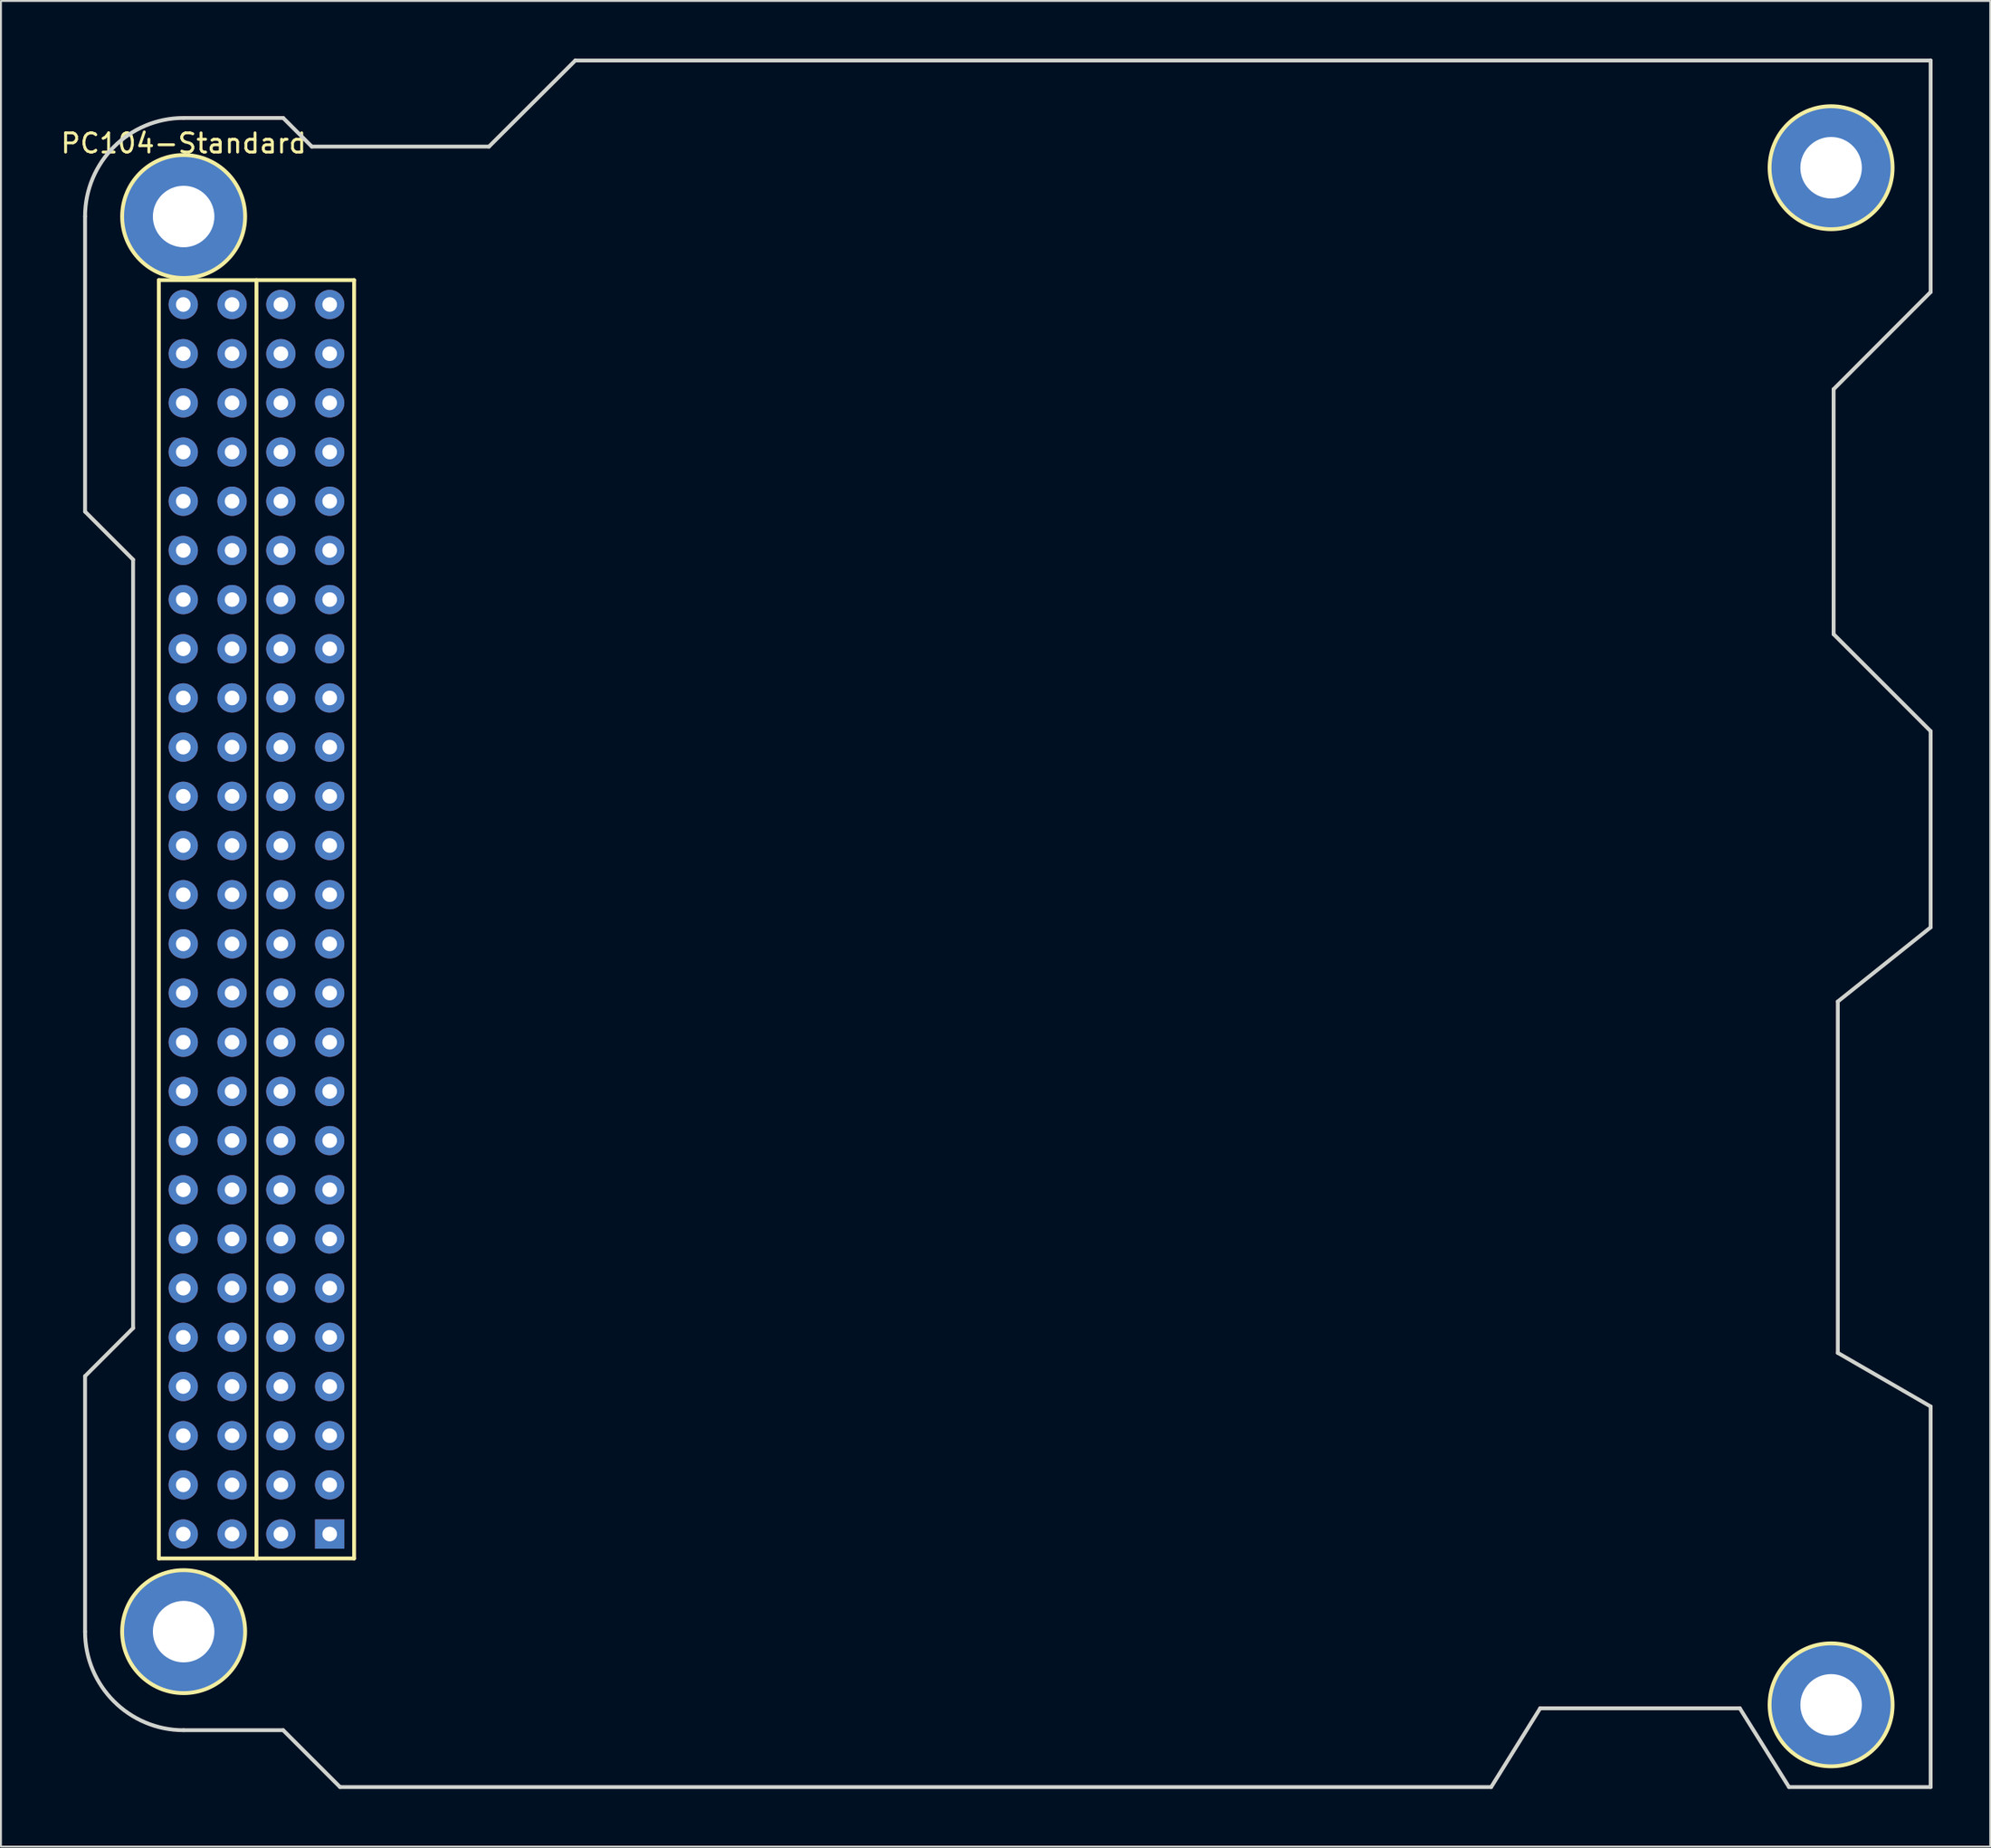
<source format=kicad_pcb>
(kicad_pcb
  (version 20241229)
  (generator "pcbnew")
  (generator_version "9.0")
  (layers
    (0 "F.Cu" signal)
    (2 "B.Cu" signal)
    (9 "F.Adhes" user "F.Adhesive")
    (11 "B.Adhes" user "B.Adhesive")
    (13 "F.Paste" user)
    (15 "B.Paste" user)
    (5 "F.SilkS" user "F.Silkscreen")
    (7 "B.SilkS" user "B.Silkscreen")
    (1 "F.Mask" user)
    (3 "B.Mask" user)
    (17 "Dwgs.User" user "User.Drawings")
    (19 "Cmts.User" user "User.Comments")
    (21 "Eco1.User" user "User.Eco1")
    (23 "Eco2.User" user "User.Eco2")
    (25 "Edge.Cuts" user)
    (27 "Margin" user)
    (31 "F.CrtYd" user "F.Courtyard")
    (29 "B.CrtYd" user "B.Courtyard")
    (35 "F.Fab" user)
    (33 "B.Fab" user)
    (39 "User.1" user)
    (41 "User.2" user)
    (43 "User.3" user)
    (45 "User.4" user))
  (footprint "PC104-Standard"
    (layer "F.Cu")
    (at 6.506 81.88)
    (property "Reference" "PC104-Standard" (at 0 -77.47 0) (layer "F.SilkS") (effects (font (size 1 1) (thickness 0.15))))
    (attr through_hole)
    (fp_line (start -1.29 -70.35) (end 8.87 -70.35) (stroke (width 0.2) (type solid)) (layer "F.SilkS"))
    (fp_line (start -1.29 -3.81) (end -1.29 -70.35) (stroke (width 0.2) (type solid)) (layer "F.SilkS"))
    (fp_line (start 3.79 -70.35) (end 3.79 -3.81) (stroke (width 0.2) (type solid)) (layer "F.SilkS"))
    (fp_line (start 8.87 -70.35) (end 8.87 -3.81) (stroke (width 0.2) (type solid)) (layer "F.SilkS"))
    (fp_line (start 8.87 -3.81) (end -1.29 -3.81) (stroke (width 0.2) (type solid)) (layer "F.SilkS"))
    (fp_circle (center 0 -73.66) (end 3.2 -73.66) (stroke (width 0.2) (type solid)) (fill no) (layer "F.SilkS"))
    (fp_circle (center 0 0) (end 3.2 0) (stroke (width 0.2) (type solid)) (fill no) (layer "F.SilkS"))
    (fp_circle (center 85.73 -76.2) (end 88.93 -76.2) (stroke (width 0.2) (type solid)) (fill no) (layer "F.SilkS"))
    (fp_circle (center 85.73 3.81) (end 88.93 3.81) (stroke (width 0.2) (type solid)) (fill no) (layer "F.SilkS"))
    (fp_line (start -5.13 -58.3) (end -5.13 -73.66) (stroke (width 0.2) (type solid)) (layer "Edge.Cuts"))
    (fp_line (start -5.13 -13.3) (end -5.13 0) (stroke (width 0.2) (type solid)) (layer "Edge.Cuts"))
    (fp_line (start -5.13 -13.3) (end -2.63 -15.8) (stroke (width 0.2) (type solid)) (layer "Edge.Cuts"))
    (fp_line (start -2.63 -55.8) (end -5.13 -58.3) (stroke (width 0.2) (type solid)) (layer "Edge.Cuts"))
    (fp_line (start -2.63 -15.8) (end -2.63 -55.8) (stroke (width 0.2) (type solid)) (layer "Edge.Cuts"))
    (fp_line (start 5.18 -78.79) (end 0 -78.79) (stroke (width 0.2) (type solid)) (layer "Edge.Cuts"))
    (fp_line (start 5.18 -78.79) (end 6.67 -77.3) (stroke (width 0.2) (type solid)) (layer "Edge.Cuts"))
    (fp_line (start 5.18 5.13) (end 0 5.13) (stroke (width 0.2) (type solid)) (layer "Edge.Cuts"))
    (fp_line (start 6.67 -77.3) (end 15.89 -77.3) (stroke (width 0.2) (type solid)) (layer "Edge.Cuts"))
    (fp_line (start 8.14 8.09) (end 5.18 5.13) (stroke (width 0.2) (type solid)) (layer "Edge.Cuts"))
    (fp_line (start 15.89 -77.3) (end 20.38 -81.78) (stroke (width 0.2) (type solid)) (layer "Edge.Cuts"))
    (fp_line (start 20.38 -81.78) (end 90.91 -81.78) (stroke (width 0.2) (type solid)) (layer "Edge.Cuts"))
    (fp_line (start 68.04 8.09) (end 8.14 8.09) (stroke (width 0.2) (type solid)) (layer "Edge.Cuts"))
    (fp_line (start 70.59 3.99) (end 68.04 8.09) (stroke (width 0.2) (type solid)) (layer "Edge.Cuts"))
    (fp_line (start 80.98 3.99) (end 70.59 3.99) (stroke (width 0.2) (type solid)) (layer "Edge.Cuts"))
    (fp_line (start 83.54 8.09) (end 80.98 3.99) (stroke (width 0.2) (type solid)) (layer "Edge.Cuts"))
    (fp_line (start 85.86 -64.67) (end 85.86 -51.92) (stroke (width 0.2) (type solid)) (layer "Edge.Cuts"))
    (fp_line (start 85.86 -51.92) (end 90.91 -46.87) (stroke (width 0.2) (type solid)) (layer "Edge.Cuts"))
    (fp_line (start 86.08 -32.8) (end 86.08 -14.51) (stroke (width 0.2) (type solid)) (layer "Edge.Cuts"))
    (fp_line (start 86.08 -14.51) (end 90.91 -11.72) (stroke (width 0.2) (type solid)) (layer "Edge.Cuts"))
    (fp_line (start 90.91 -81.78) (end 90.91 -69.73) (stroke (width 0.2) (type solid)) (layer "Edge.Cuts"))
    (fp_line (start 90.91 -69.73) (end 85.86 -64.67) (stroke (width 0.2) (type solid)) (layer "Edge.Cuts"))
    (fp_line (start 90.91 -46.87) (end 90.91 -36.66) (stroke (width 0.2) (type solid)) (layer "Edge.Cuts"))
    (fp_line (start 90.91 -36.66) (end 86.08 -32.8) (stroke (width 0.2) (type solid)) (layer "Edge.Cuts"))
    (fp_line (start 90.91 -11.72) (end 90.91 8.09) (stroke (width 0.2) (type solid)) (layer "Edge.Cuts"))
    (fp_line (start 90.91 8.09) (end 83.54 8.09) (stroke (width 0.2) (type solid)) (layer "Edge.Cuts"))
    (fp_arc (start -5.13 -73.66) (mid -3.627458 -77.287458) (end 0 -78.79) (stroke (width 0.2) (type solid)) (layer "Edge.Cuts"))
    (fp_arc (start 0 5.13) (mid -3.627458 3.627458) (end -5.13 0) (stroke (width 0.2) (type solid)) (layer "Edge.Cuts"))
    (pad "" np_thru_hole circle (at 0 -73.66) (size 6.35 6.35) (drill 3.2) (layers "*.Cu" "*.Mask"))
    (pad "" np_thru_hole circle (at 0 0) (size 6.35 6.35) (drill 3.2) (layers "*.Cu" "*.Mask"))
    (pad "" np_thru_hole circle (at 85.73 -76.2) (size 6.35 6.35) (drill 3.2) (layers "*.Cu" "*.Mask"))
    (pad "" np_thru_hole circle (at 85.73 3.81) (size 6.35 6.35) (drill 3.2) (layers "*.Cu" "*.Mask"))
    (pad "1" thru_hole rect (at 7.6 -5.08) (size 1.524 1.524) (drill 0.762) (layers "*.Cu" "*.Mask"))
    (pad "2" thru_hole circle (at 5.06 -5.08) (size 1.524 1.524) (drill 0.762) (layers "*.Cu" "*.Mask"))
    (pad "3" thru_hole circle (at 7.6 -7.64) (size 1.524 1.524) (drill 0.762) (layers "*.Cu" "*.Mask"))
    (pad "4" thru_hole circle (at 5.06 -7.64) (size 1.524 1.524) (drill 0.762) (layers "*.Cu" "*.Mask"))
    (pad "5" thru_hole circle (at 7.6 -10.2) (size 1.524 1.524) (drill 0.762) (layers "*.Cu" "*.Mask"))
    (pad "6" thru_hole circle (at 5.06 -10.2) (size 1.524 1.524) (drill 0.762) (layers "*.Cu" "*.Mask"))
    (pad "7" thru_hole circle (at 7.6 -12.76) (size 1.524 1.524) (drill 0.762) (layers "*.Cu" "*.Mask"))
    (pad "8" thru_hole circle (at 5.06 -12.76) (size 1.524 1.524) (drill 0.762) (layers "*.Cu" "*.Mask"))
    (pad "9" thru_hole circle (at 7.6 -15.32) (size 1.524 1.524) (drill 0.762) (layers "*.Cu" "*.Mask"))
    (pad "10" thru_hole circle (at 5.06 -15.32) (size 1.524 1.524) (drill 0.762) (layers "*.Cu" "*.Mask"))
    (pad "11" thru_hole circle (at 7.6 -17.88) (size 1.524 1.524) (drill 0.762) (layers "*.Cu" "*.Mask"))
    (pad "12" thru_hole circle (at 5.06 -17.88) (size 1.524 1.524) (drill 0.762) (layers "*.Cu" "*.Mask"))
    (pad "13" thru_hole circle (at 7.6 -20.44) (size 1.524 1.524) (drill 0.762) (layers "*.Cu" "*.Mask"))
    (pad "14" thru_hole circle (at 5.06 -20.44) (size 1.524 1.524) (drill 0.762) (layers "*.Cu" "*.Mask"))
    (pad "15" thru_hole circle (at 7.6 -23) (size 1.524 1.524) (drill 0.762) (layers "*.Cu" "*.Mask"))
    (pad "16" thru_hole circle (at 5.06 -23) (size 1.524 1.524) (drill 0.762) (layers "*.Cu" "*.Mask"))
    (pad "17" thru_hole circle (at 7.6 -25.56) (size 1.524 1.524) (drill 0.762) (layers "*.Cu" "*.Mask"))
    (pad "18" thru_hole circle (at 5.06 -25.56) (size 1.524 1.524) (drill 0.762) (layers "*.Cu" "*.Mask"))
    (pad "19" thru_hole circle (at 7.6 -28.12) (size 1.524 1.524) (drill 0.762) (layers "*.Cu" "*.Mask"))
    (pad "20" thru_hole circle (at 5.06 -28.12) (size 1.524 1.524) (drill 0.762) (layers "*.Cu" "*.Mask"))
    (pad "21" thru_hole circle (at 7.6 -30.68) (size 1.524 1.524) (drill 0.762) (layers "*.Cu" "*.Mask"))
    (pad "22" thru_hole circle (at 5.06 -30.68) (size 1.524 1.524) (drill 0.762) (layers "*.Cu" "*.Mask"))
    (pad "23" thru_hole circle (at 7.6 -33.24) (size 1.524 1.524) (drill 0.762) (layers "*.Cu" "*.Mask"))
    (pad "24" thru_hole circle (at 5.06 -33.24) (size 1.524 1.524) (drill 0.762) (layers "*.Cu" "*.Mask"))
    (pad "25" thru_hole circle (at 7.6 -35.8) (size 1.524 1.524) (drill 0.762) (layers "*.Cu" "*.Mask"))
    (pad "26" thru_hole circle (at 5.06 -35.8) (size 1.524 1.524) (drill 0.762) (layers "*.Cu" "*.Mask"))
    (pad "27" thru_hole circle (at 7.6 -38.36) (size 1.524 1.524) (drill 0.762) (layers "*.Cu" "*.Mask"))
    (pad "28" thru_hole circle (at 5.06 -38.36) (size 1.524 1.524) (drill 0.762) (layers "*.Cu" "*.Mask"))
    (pad "29" thru_hole circle (at 7.6 -40.92) (size 1.524 1.524) (drill 0.762) (layers "*.Cu" "*.Mask"))
    (pad "30" thru_hole circle (at 5.06 -40.92) (size 1.524 1.524) (drill 0.762) (layers "*.Cu" "*.Mask"))
    (pad "31" thru_hole circle (at 7.6 -43.48) (size 1.524 1.524) (drill 0.762) (layers "*.Cu" "*.Mask"))
    (pad "32" thru_hole circle (at 5.06 -43.48) (size 1.524 1.524) (drill 0.762) (layers "*.Cu" "*.Mask"))
    (pad "33" thru_hole circle (at 7.6 -46.04) (size 1.524 1.524) (drill 0.762) (layers "*.Cu" "*.Mask"))
    (pad "34" thru_hole circle (at 5.06 -46.04) (size 1.524 1.524) (drill 0.762) (layers "*.Cu" "*.Mask"))
    (pad "35" thru_hole circle (at 7.6 -48.6) (size 1.524 1.524) (drill 0.762) (layers "*.Cu" "*.Mask"))
    (pad "36" thru_hole circle (at 5.06 -48.6) (size 1.524 1.524) (drill 0.762) (layers "*.Cu" "*.Mask"))
    (pad "37" thru_hole circle (at 7.6 -51.16) (size 1.524 1.524) (drill 0.762) (layers "*.Cu" "*.Mask"))
    (pad "38" thru_hole circle (at 5.06 -51.16) (size 1.524 1.524) (drill 0.762) (layers "*.Cu" "*.Mask"))
    (pad "39" thru_hole circle (at 7.6 -53.72) (size 1.524 1.524) (drill 0.762) (layers "*.Cu" "*.Mask"))
    (pad "40" thru_hole circle (at 5.06 -53.72) (size 1.524 1.524) (drill 0.762) (layers "*.Cu" "*.Mask"))
    (pad "41" thru_hole circle (at 7.6 -56.28) (size 1.524 1.524) (drill 0.762) (layers "*.Cu" "*.Mask"))
    (pad "42" thru_hole circle (at 5.06 -56.28) (size 1.524 1.524) (drill 0.762) (layers "*.Cu" "*.Mask"))
    (pad "43" thru_hole circle (at 7.6 -58.84) (size 1.524 1.524) (drill 0.762) (layers "*.Cu" "*.Mask"))
    (pad "44" thru_hole circle (at 5.06 -58.84) (size 1.524 1.524) (drill 0.762) (layers "*.Cu" "*.Mask"))
    (pad "45" thru_hole circle (at 7.6 -61.4) (size 1.524 1.524) (drill 0.762) (layers "*.Cu" "*.Mask"))
    (pad "46" thru_hole circle (at 5.06 -61.4) (size 1.524 1.524) (drill 0.762) (layers "*.Cu" "*.Mask"))
    (pad "47" thru_hole circle (at 7.6 -63.96) (size 1.524 1.524) (drill 0.762) (layers "*.Cu" "*.Mask"))
    (pad "48" thru_hole circle (at 5.06 -63.96) (size 1.524 1.524) (drill 0.762) (layers "*.Cu" "*.Mask"))
    (pad "49" thru_hole circle (at 7.6 -66.52) (size 1.524 1.524) (drill 0.762) (layers "*.Cu" "*.Mask"))
    (pad "50" thru_hole circle (at 5.06 -66.52) (size 1.524 1.524) (drill 0.762) (layers "*.Cu" "*.Mask"))
    (pad "51" thru_hole circle (at 7.6 -69.08) (size 1.524 1.524) (drill 0.762) (layers "*.Cu" "*.Mask"))
    (pad "52" thru_hole circle (at 5.06 -69.08) (size 1.524 1.524) (drill 0.762) (layers "*.Cu" "*.Mask"))
    (pad "53" thru_hole circle (at 2.52 -5.08) (size 1.524 1.524) (drill 0.762) (layers "*.Cu" "*.Mask"))
    (pad "54" thru_hole circle (at -0.02 -5.08) (size 1.524 1.524) (drill 0.762) (layers "*.Cu" "*.Mask"))
    (pad "55" thru_hole circle (at 2.52 -7.64) (size 1.524 1.524) (drill 0.762) (layers "*.Cu" "*.Mask"))
    (pad "56" thru_hole circle (at -0.02 -7.64) (size 1.524 1.524) (drill 0.762) (layers "*.Cu" "*.Mask"))
    (pad "57" thru_hole circle (at 2.52 -10.2 90) (size 1.524 1.524) (drill 0.762) (layers "*.Cu" "*.Mask"))
    (pad "58" thru_hole circle (at -0.02 -10.2) (size 1.524 1.524) (drill 0.762) (layers "*.Cu" "*.Mask"))
    (pad "59" thru_hole circle (at 2.52 -12.76) (size 1.524 1.524) (drill 0.762) (layers "*.Cu" "*.Mask"))
    (pad "60" thru_hole circle (at -0.02 -12.76) (size 1.524 1.524) (drill 0.762) (layers "*.Cu" "*.Mask"))
    (pad "61" thru_hole circle (at 2.52 -15.32) (size 1.524 1.524) (drill 0.762) (layers "*.Cu" "*.Mask"))
    (pad "62" thru_hole circle (at -0.02 -15.32) (size 1.524 1.524) (drill 0.762) (layers "*.Cu" "*.Mask"))
    (pad "63" thru_hole circle (at 2.52 -17.88) (size 1.524 1.524) (drill 0.762) (layers "*.Cu" "*.Mask"))
    (pad "64" thru_hole circle (at -0.02 -17.88) (size 1.524 1.524) (drill 0.762) (layers "*.Cu" "*.Mask"))
    (pad "65" thru_hole circle (at 2.52 -20.44) (size 1.524 1.524) (drill 0.762) (layers "*.Cu" "*.Mask"))
    (pad "66" thru_hole circle (at -0.02 -20.44) (size 1.524 1.524) (drill 0.762) (layers "*.Cu" "*.Mask"))
    (pad "67" thru_hole circle (at 2.52 -23) (size 1.524 1.524) (drill 0.762) (layers "*.Cu" "*.Mask"))
    (pad "68" thru_hole circle (at -0.02 -23) (size 1.524 1.524) (drill 0.762) (layers "*.Cu" "*.Mask"))
    (pad "69" thru_hole circle (at 2.52 -25.56) (size 1.524 1.524) (drill 0.762) (layers "*.Cu" "*.Mask"))
    (pad "70" thru_hole circle (at -0.02 -25.56) (size 1.524 1.524) (drill 0.762) (layers "*.Cu" "*.Mask"))
    (pad "71" thru_hole circle (at 2.52 -28.12) (size 1.524 1.524) (drill 0.762) (layers "*.Cu" "*.Mask"))
    (pad "72" thru_hole circle (at -0.02 -28.12) (size 1.524 1.524) (drill 0.762) (layers "*.Cu" "*.Mask"))
    (pad "73" thru_hole circle (at 2.52 -30.68) (size 1.524 1.524) (drill 0.762) (layers "*.Cu" "*.Mask"))
    (pad "74" thru_hole circle (at -0.02 -30.68) (size 1.524 1.524) (drill 0.762) (layers "*.Cu" "*.Mask"))
    (pad "75" thru_hole circle (at 2.52 -33.24) (size 1.524 1.524) (drill 0.762) (layers "*.Cu" "*.Mask"))
    (pad "76" thru_hole circle (at -0.02 -33.24) (size 1.524 1.524) (drill 0.762) (layers "*.Cu" "*.Mask"))
    (pad "77" thru_hole circle (at 2.52 -35.8) (size 1.524 1.524) (drill 0.762) (layers "*.Cu" "*.Mask"))
    (pad "78" thru_hole circle (at -0.02 -35.8) (size 1.524 1.524) (drill 0.762) (layers "*.Cu" "*.Mask"))
    (pad "79" thru_hole circle (at 2.52 -38.36) (size 1.524 1.524) (drill 0.762) (layers "*.Cu" "*.Mask"))
    (pad "80" thru_hole circle (at -0.02 -38.36) (size 1.524 1.524) (drill 0.762) (layers "*.Cu" "*.Mask"))
    (pad "81" thru_hole circle (at 2.52 -40.92) (size 1.524 1.524) (drill 0.762) (layers "*.Cu" "*.Mask"))
    (pad "82" thru_hole circle (at -0.02 -40.92) (size 1.524 1.524) (drill 0.762) (layers "*.Cu" "*.Mask"))
    (pad "83" thru_hole circle (at 2.52 -43.48) (size 1.524 1.524) (drill 0.762) (layers "*.Cu" "*.Mask"))
    (pad "84" thru_hole circle (at -0.02 -43.48) (size 1.524 1.524) (drill 0.762) (layers "*.Cu" "*.Mask"))
    (pad "85" thru_hole circle (at 2.52 -46.04) (size 1.524 1.524) (drill 0.762) (layers "*.Cu" "*.Mask"))
    (pad "86" thru_hole circle (at -0.02 -46.04) (size 1.524 1.524) (drill 0.762) (layers "*.Cu" "*.Mask"))
    (pad "87" thru_hole circle (at 2.52 -48.6) (size 1.524 1.524) (drill 0.762) (layers "*.Cu" "*.Mask"))
    (pad "88" thru_hole circle (at -0.02 -48.6) (size 1.524 1.524) (drill 0.762) (layers "*.Cu" "*.Mask"))
    (pad "89" thru_hole circle (at 2.52 -51.16) (size 1.524 1.524) (drill 0.762) (layers "*.Cu" "*.Mask"))
    (pad "90" thru_hole circle (at -0.02 -51.16) (size 1.524 1.524) (drill 0.762) (layers "*.Cu" "*.Mask"))
    (pad "91" thru_hole circle (at 2.52 -53.72) (size 1.524 1.524) (drill 0.762) (layers "*.Cu" "*.Mask"))
    (pad "92" thru_hole circle (at -0.02 -53.72) (size 1.524 1.524) (drill 0.762) (layers "*.Cu" "*.Mask"))
    (pad "93" thru_hole circle (at 2.52 -56.28) (size 1.524 1.524) (drill 0.762) (layers "*.Cu" "*.Mask"))
    (pad "94" thru_hole circle (at -0.02 -56.28) (size 1.524 1.524) (drill 0.762) (layers "*.Cu" "*.Mask"))
    (pad "95" thru_hole circle (at 2.52 -58.84) (size 1.524 1.524) (drill 0.762) (layers "*.Cu" "*.Mask"))
    (pad "96" thru_hole circle (at -0.02 -58.84) (size 1.524 1.524) (drill 0.762) (layers "*.Cu" "*.Mask"))
    (pad "97" thru_hole circle (at 2.52 -61.4) (size 1.524 1.524) (drill 0.762) (layers "*.Cu" "*.Mask"))
    (pad "98" thru_hole circle (at -0.02 -61.4) (size 1.524 1.524) (drill 0.762) (layers "*.Cu" "*.Mask"))
    (pad "99" thru_hole circle (at 2.52 -63.96) (size 1.524 1.524) (drill 0.762) (layers "*.Cu" "*.Mask"))
    (pad "100" thru_hole circle (at -0.02 -63.96) (size 1.524 1.524) (drill 0.762) (layers "*.Cu" "*.Mask"))
    (pad "101" thru_hole circle (at 2.52 -66.52) (size 1.524 1.524) (drill 0.762) (layers "*.Cu" "*.Mask"))
    (pad "102" thru_hole circle (at -0.02 -66.52) (size 1.524 1.524) (drill 0.762) (layers "*.Cu" "*.Mask"))
    (pad "103" thru_hole circle (at 2.52 -69.08) (size 1.524 1.524) (drill 0.762) (layers "*.Cu" "*.Mask"))
    (pad "104" thru_hole circle (at -0.02 -69.08) (size 1.524 1.524) (drill 0.762) (layers "*.Cu" "*.Mask")))
  (gr_rect
    (start -3 -3)
    (end 100.516 93.07)
    (stroke (width 0.1) (type default))
    (fill no)
    (layer "Edge.Cuts")))
</source>
